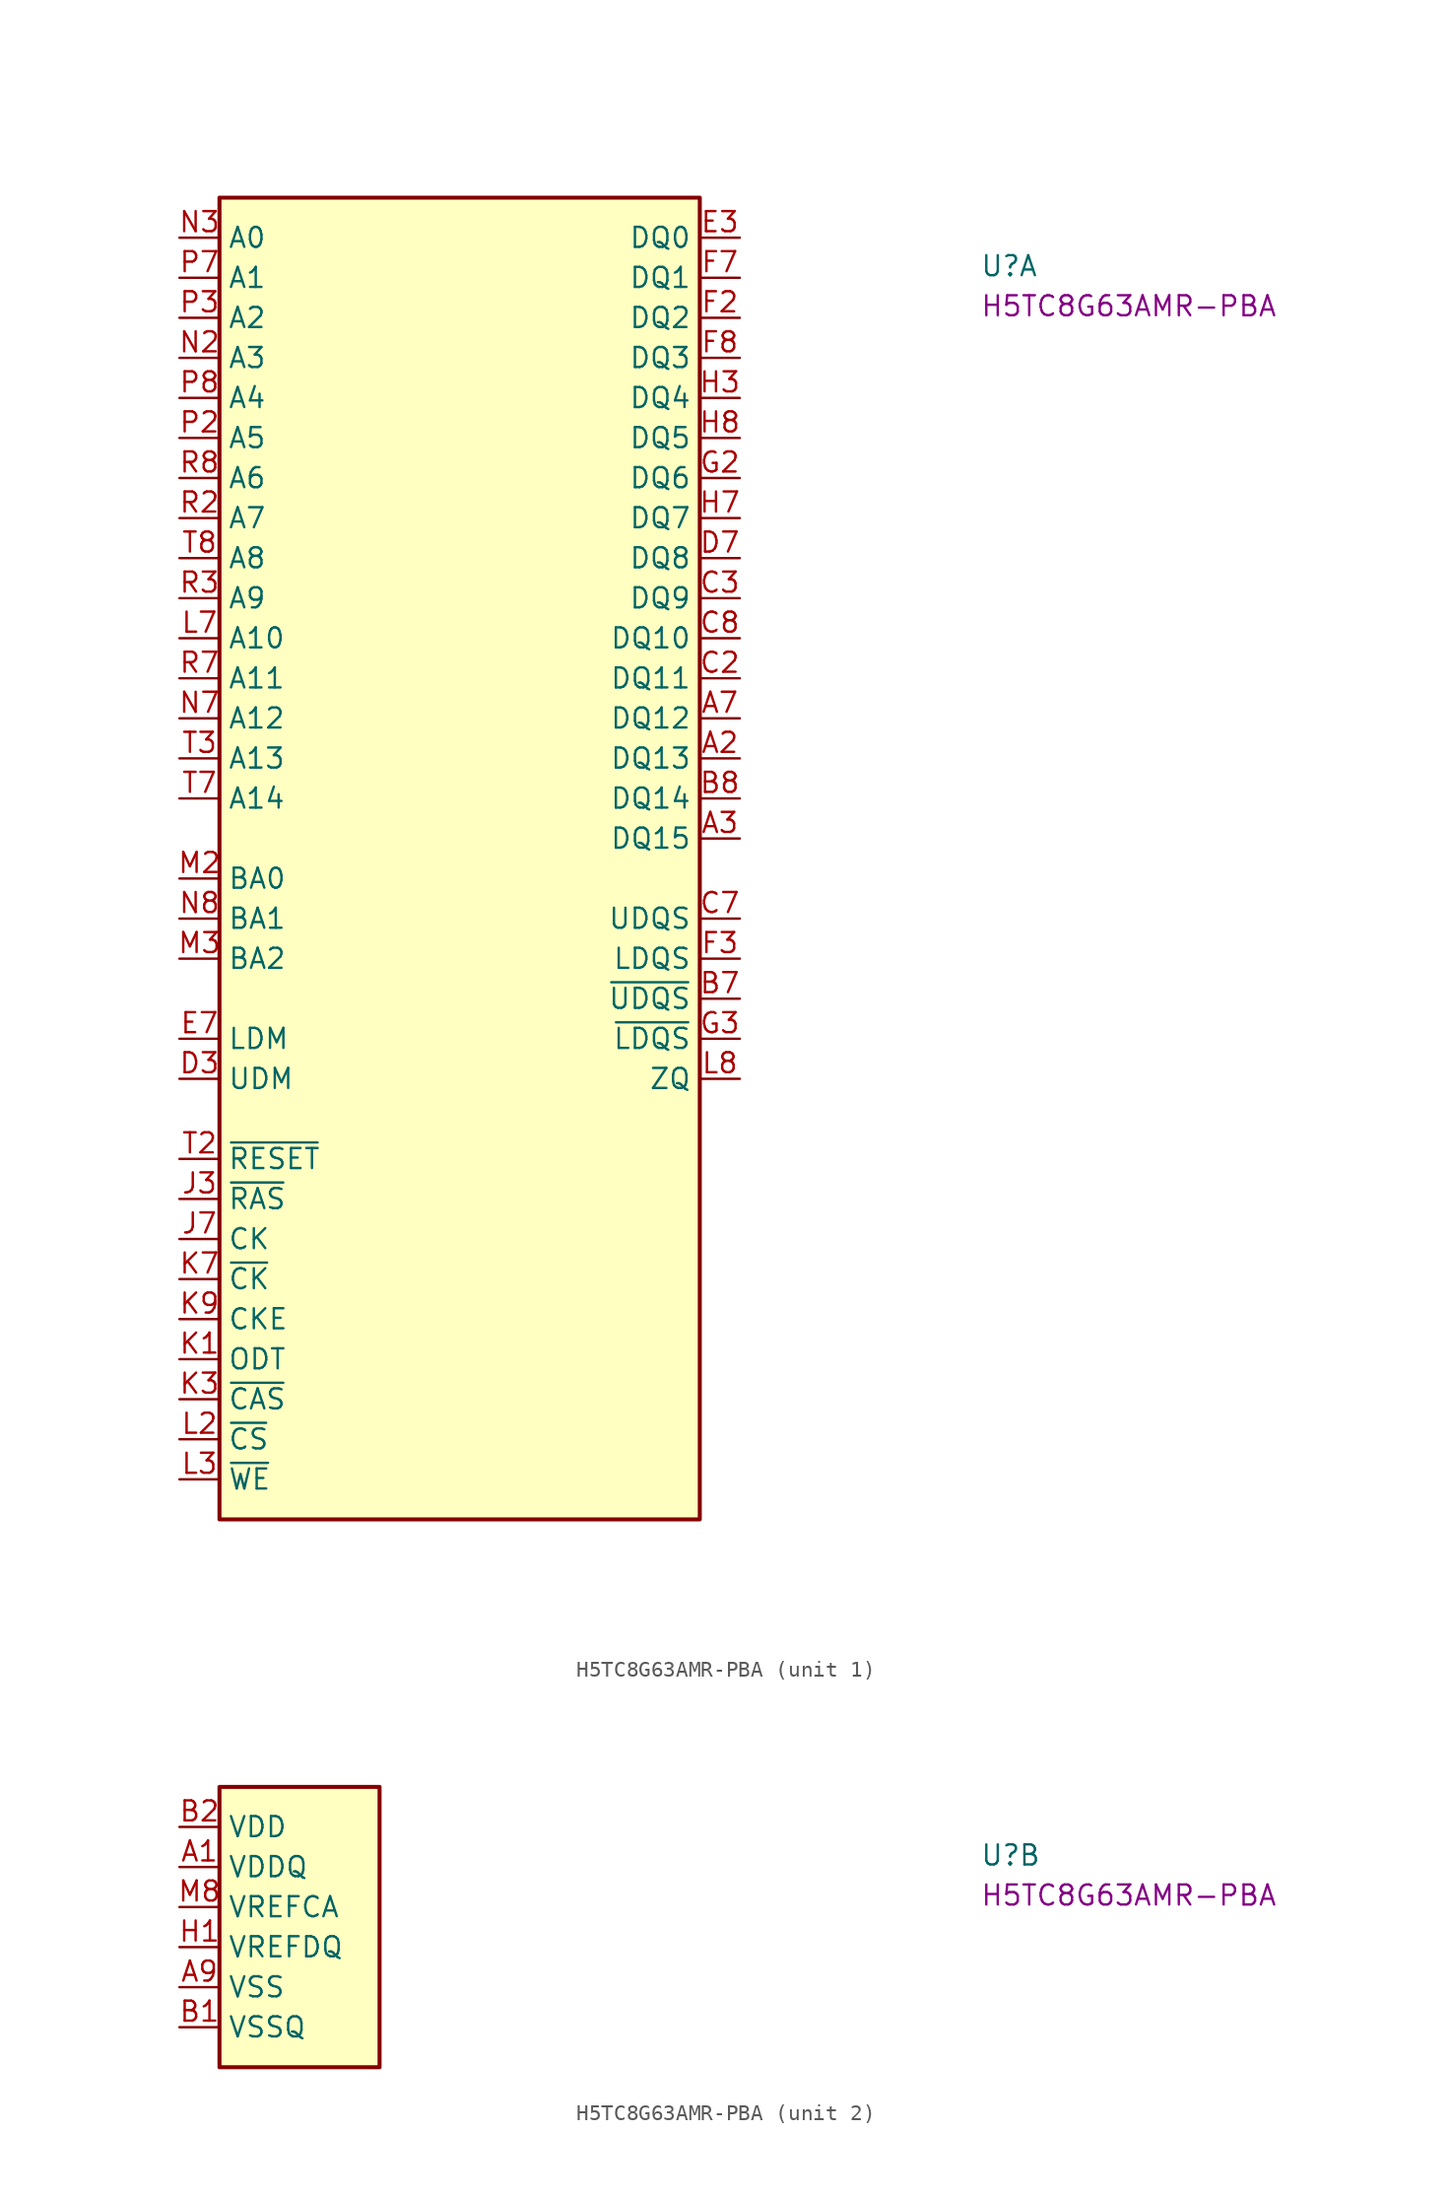
<source format=kicad_sym>
(kicad_symbol_lib
  (version 20220914)
  (generator kicad_symbol_editor)
  (symbol "H5TC8G63AMR-PBA"
    (property "Reference" "U"
      (at 50.8 -2.54 0)
      (effects (font (size 1.27 1.27) (thickness 0.15)) (justify left bottom)))
    (property "MPN" "H5TC8G63AMR-PBA"
      (at 50.8 -5.08 0)
      (effects (font (size 1.27 1.27) (thickness 0.15)) (justify left bottom)))
    (property "ki_locked" ""
      (at 0 0 0)
      (effects (font (size 1.27 1.27))))
    (symbol "H5TC8G63AMR-PBA_1_1"
      (rectangle (start 2.54 2.54) (end 33.02 -81.28) (stroke (width 0.254) (type default)) (fill (type background)))
      (pin bidirectional line (at 35.56 -33.02 180) (length 2.54) (name "DQ13" (effects (font (size 1.27 1.27)))) (number "A2" (effects (font (size 1.27 1.27)))))
      (pin bidirectional line (at 35.56 -38.1 180) (length 2.54) (name "DQ15" (effects (font (size 1.27 1.27)))) (number "A3" (effects (font (size 1.27 1.27)))))
      (pin bidirectional line (at 35.56 -30.48 180) (length 2.54) (name "DQ12" (effects (font (size 1.27 1.27)))) (number "A7" (effects (font (size 1.27 1.27)))))
      (pin bidirectional line (at 35.56 -48.26 180) (length 2.54) (name "~{UDQS}" (effects (font (size 1.27 1.27)))) (number "B7" (effects (font (size 1.27 1.27)))))
      (pin bidirectional line (at 35.56 -35.56 180) (length 2.54) (name "DQ14" (effects (font (size 1.27 1.27)))) (number "B8" (effects (font (size 1.27 1.27)))))
      (pin bidirectional line (at 35.56 -27.94 180) (length 2.54) (name "DQ11" (effects (font (size 1.27 1.27)))) (number "C2" (effects (font (size 1.27 1.27)))))
      (pin bidirectional line (at 35.56 -22.86 180) (length 2.54) (name "DQ9" (effects (font (size 1.27 1.27)))) (number "C3" (effects (font (size 1.27 1.27)))))
      (pin bidirectional line (at 35.56 -43.18 180) (length 2.54) (name "UDQS" (effects (font (size 1.27 1.27)))) (number "C7" (effects (font (size 1.27 1.27)))))
      (pin bidirectional line (at 35.56 -25.4 180) (length 2.54) (name "DQ10" (effects (font (size 1.27 1.27)))) (number "C8" (effects (font (size 1.27 1.27)))))
      (pin input line (at 0 -53.34 0) (length 2.54) (name "UDM" (effects (font (size 1.27 1.27)))) (number "D3" (effects (font (size 1.27 1.27)))))
      (pin bidirectional line (at 35.56 -20.32 180) (length 2.54) (name "DQ8" (effects (font (size 1.27 1.27)))) (number "D7" (effects (font (size 1.27 1.27)))))
      (pin bidirectional line (at 35.56 0 180) (length 2.54) (name "DQ0" (effects (font (size 1.27 1.27)))) (number "E3" (effects (font (size 1.27 1.27)))))
      (pin input line (at 0 -50.8 0) (length 2.54) (name "LDM" (effects (font (size 1.27 1.27)))) (number "E7" (effects (font (size 1.27 1.27)))))
      (pin bidirectional line (at 35.56 -5.08 180) (length 2.54) (name "DQ2" (effects (font (size 1.27 1.27)))) (number "F2" (effects (font (size 1.27 1.27)))))
      (pin bidirectional line (at 35.56 -45.72 180) (length 2.54) (name "LDQS" (effects (font (size 1.27 1.27)))) (number "F3" (effects (font (size 1.27 1.27)))))
      (pin bidirectional line (at 35.56 -2.54 180) (length 2.54) (name "DQ1" (effects (font (size 1.27 1.27)))) (number "F7" (effects (font (size 1.27 1.27)))))
      (pin bidirectional line (at 35.56 -7.62 180) (length 2.54) (name "DQ3" (effects (font (size 1.27 1.27)))) (number "F8" (effects (font (size 1.27 1.27)))))
      (pin bidirectional line (at 35.56 -15.24 180) (length 2.54) (name "DQ6" (effects (font (size 1.27 1.27)))) (number "G2" (effects (font (size 1.27 1.27)))))
      (pin bidirectional line (at 35.56 -50.8 180) (length 2.54) (name "~{LDQS}" (effects (font (size 1.27 1.27)))) (number "G3" (effects (font (size 1.27 1.27)))))
      (pin bidirectional line (at 35.56 -10.16 180) (length 2.54) (name "DQ4" (effects (font (size 1.27 1.27)))) (number "H3" (effects (font (size 1.27 1.27)))))
      (pin bidirectional line (at 35.56 -17.78 180) (length 2.54) (name "DQ7" (effects (font (size 1.27 1.27)))) (number "H7" (effects (font (size 1.27 1.27)))))
      (pin bidirectional line (at 35.56 -12.7 180) (length 2.54) (name "DQ5" (effects (font (size 1.27 1.27)))) (number "H8" (effects (font (size 1.27 1.27)))))
      (pin no_connect line (at 33.02 -55.88 180) (length 2.54) hide (name "NC" (effects (font (size 1.27 1.27)))) (number "J1" (effects (font (size 1.27 1.27)))))
      (pin input line (at 0 -60.96 0) (length 2.54) (name "~{RAS}" (effects (font (size 1.27 1.27)))) (number "J3" (effects (font (size 1.27 1.27)))))
      (pin input line (at 0 -63.5 0) (length 2.54) (name "CK" (effects (font (size 1.27 1.27)))) (number "J7" (effects (font (size 1.27 1.27)))))
      (pin no_connect line (at 33.02 -58.42 180) (length 2.54) hide (name "NC" (effects (font (size 1.27 1.27)))) (number "J9" (effects (font (size 1.27 1.27)))))
      (pin input line (at 0 -71.12 0) (length 2.54) (name "ODT" (effects (font (size 1.27 1.27)))) (number "K1" (effects (font (size 1.27 1.27)))))
      (pin input line (at 0 -73.66 0) (length 2.54) (name "~{CAS}" (effects (font (size 1.27 1.27)))) (number "K3" (effects (font (size 1.27 1.27)))))
      (pin input line (at 0 -66.04 0) (length 2.54) (name "~{CK}" (effects (font (size 1.27 1.27)))) (number "K7" (effects (font (size 1.27 1.27)))))
      (pin input line (at 0 -68.58 0) (length 2.54) (name "CKE" (effects (font (size 1.27 1.27)))) (number "K9" (effects (font (size 1.27 1.27)))))
      (pin no_connect line (at 33.02 -60.96 180) (length 2.54) hide (name "NC" (effects (font (size 1.27 1.27)))) (number "L1" (effects (font (size 1.27 1.27)))))
      (pin input line (at 0 -76.2 0) (length 2.54) (name "~{CS}" (effects (font (size 1.27 1.27)))) (number "L2" (effects (font (size 1.27 1.27)))))
      (pin input line (at 0 -78.74 0) (length 2.54) (name "~{WE}" (effects (font (size 1.27 1.27)))) (number "L3" (effects (font (size 1.27 1.27)))))
      (pin input line (at 0 -25.4 0) (length 2.54) (name "A10" (effects (font (size 1.27 1.27)))) (number "L7" (effects (font (size 1.27 1.27)))) (alternate "AP" passive line))
      (pin passive line (at 35.56 -53.34 180) (length 2.54) (name "ZQ" (effects (font (size 1.27 1.27)))) (number "L8" (effects (font (size 1.27 1.27)))))
      (pin no_connect line (at 33.02 -63.5 180) (length 2.54) hide (name "NC" (effects (font (size 1.27 1.27)))) (number "L9" (effects (font (size 1.27 1.27)))))
      (pin input line (at 0 -40.64 0) (length 2.54) (name "BA0" (effects (font (size 1.27 1.27)))) (number "M2" (effects (font (size 1.27 1.27)))))
      (pin input line (at 0 -45.72 0) (length 2.54) (name "BA2" (effects (font (size 1.27 1.27)))) (number "M3" (effects (font (size 1.27 1.27)))))
      (pin no_connect line (at 33.02 -66.04 180) (length 2.54) hide (name "NC" (effects (font (size 1.27 1.27)))) (number "M7" (effects (font (size 1.27 1.27)))))
      (pin input line (at 0 -7.62 0) (length 2.54) (name "A3" (effects (font (size 1.27 1.27)))) (number "N2" (effects (font (size 1.27 1.27)))))
      (pin input line (at 0 0 0) (length 2.54) (name "A0" (effects (font (size 1.27 1.27)))) (number "N3" (effects (font (size 1.27 1.27)))))
      (pin input line (at 0 -30.48 0) (length 2.54) (name "A12" (effects (font (size 1.27 1.27)))) (number "N7" (effects (font (size 1.27 1.27)))) (alternate "~{BC}" passive line))
      (pin input line (at 0 -43.18 0) (length 2.54) (name "BA1" (effects (font (size 1.27 1.27)))) (number "N8" (effects (font (size 1.27 1.27)))))
      (pin input line (at 0 -12.7 0) (length 2.54) (name "A5" (effects (font (size 1.27 1.27)))) (number "P2" (effects (font (size 1.27 1.27)))))
      (pin input line (at 0 -5.08 0) (length 2.54) (name "A2" (effects (font (size 1.27 1.27)))) (number "P3" (effects (font (size 1.27 1.27)))))
      (pin input line (at 0 -2.54 0) (length 2.54) (name "A1" (effects (font (size 1.27 1.27)))) (number "P7" (effects (font (size 1.27 1.27)))))
      (pin input line (at 0 -10.16 0) (length 2.54) (name "A4" (effects (font (size 1.27 1.27)))) (number "P8" (effects (font (size 1.27 1.27)))))
      (pin input line (at 0 -17.78 0) (length 2.54) (name "A7" (effects (font (size 1.27 1.27)))) (number "R2" (effects (font (size 1.27 1.27)))))
      (pin input line (at 0 -22.86 0) (length 2.54) (name "A9" (effects (font (size 1.27 1.27)))) (number "R3" (effects (font (size 1.27 1.27)))))
      (pin input line (at 0 -27.94 0) (length 2.54) (name "A11" (effects (font (size 1.27 1.27)))) (number "R7" (effects (font (size 1.27 1.27)))))
      (pin input line (at 0 -15.24 0) (length 2.54) (name "A6" (effects (font (size 1.27 1.27)))) (number "R8" (effects (font (size 1.27 1.27)))))
      (pin input line (at 0 -58.42 0) (length 2.54) (name "~{RESET}" (effects (font (size 1.27 1.27)))) (number "T2" (effects (font (size 1.27 1.27)))))
      (pin input line (at 0 -33.02 0) (length 2.54) (name "A13" (effects (font (size 1.27 1.27)))) (number "T3" (effects (font (size 1.27 1.27)))))
      (pin input line (at 0 -35.56 0) (length 2.54) (name "A14" (effects (font (size 1.27 1.27)))) (number "T7" (effects (font (size 1.27 1.27)))))
      (pin input line (at 0 -20.32 0) (length 2.54) (name "A8" (effects (font (size 1.27 1.27)))) (number "T8" (effects (font (size 1.27 1.27))))))
    (symbol "H5TC8G63AMR-PBA_2_1"
      (rectangle (start 2.54 2.54) (end 12.7 -15.24) (stroke (width 0.254) (type default)) (fill (type background)))
      (pin power_in line (at 0 -2.54 0) (length 2.54) (name "VDDQ" (effects (font (size 1.27 1.27)))) (number "A1" (effects (font (size 1.27 1.27)))))
      (pin passive line (at 0 -2.54 0) (length 2.54) hide (name "VDDQ" (effects (font (size 1.27 1.27)))) (number "A8" (effects (font (size 1.27 1.27)))))
      (pin power_in line (at 0 -10.16 0) (length 2.54) (name "VSS" (effects (font (size 1.27 1.27)))) (number "A9" (effects (font (size 1.27 1.27)))))
      (pin power_in line (at 0 -12.7 0) (length 2.54) (name "VSSQ" (effects (font (size 1.27 1.27)))) (number "B1" (effects (font (size 1.27 1.27)))))
      (pin power_in line (at 0 0 0) (length 2.54) (name "VDD" (effects (font (size 1.27 1.27)))) (number "B2" (effects (font (size 1.27 1.27)))))
      (pin passive line (at 0 -10.16 0) (length 2.54) hide (name "VSS" (effects (font (size 1.27 1.27)))) (number "B3" (effects (font (size 1.27 1.27)))))
      (pin passive line (at 0 -12.7 0) (length 2.54) hide (name "VSSQ" (effects (font (size 1.27 1.27)))) (number "B9" (effects (font (size 1.27 1.27)))))
      (pin passive line (at 0 -2.54 0) (length 2.54) hide (name "VDDQ" (effects (font (size 1.27 1.27)))) (number "C1" (effects (font (size 1.27 1.27)))))
      (pin passive line (at 0 -2.54 0) (length 2.54) hide (name "VDDQ" (effects (font (size 1.27 1.27)))) (number "C9" (effects (font (size 1.27 1.27)))))
      (pin passive line (at 0 -12.7 0) (length 2.54) hide (name "VSSQ" (effects (font (size 1.27 1.27)))) (number "D1" (effects (font (size 1.27 1.27)))))
      (pin passive line (at 0 -2.54 0) (length 2.54) hide (name "VDDQ" (effects (font (size 1.27 1.27)))) (number "D2" (effects (font (size 1.27 1.27)))))
      (pin passive line (at 0 -12.7 0) (length 2.54) hide (name "VSSQ" (effects (font (size 1.27 1.27)))) (number "D8" (effects (font (size 1.27 1.27)))))
      (pin passive line (at 0 0 0) (length 2.54) hide (name "VDD" (effects (font (size 1.27 1.27)))) (number "D9" (effects (font (size 1.27 1.27)))))
      (pin passive line (at 0 -10.16 0) (length 2.54) hide (name "VSS" (effects (font (size 1.27 1.27)))) (number "E1" (effects (font (size 1.27 1.27)))))
      (pin passive line (at 0 -12.7 0) (length 2.54) hide (name "VSSQ" (effects (font (size 1.27 1.27)))) (number "E2" (effects (font (size 1.27 1.27)))))
      (pin passive line (at 0 -12.7 0) (length 2.54) hide (name "VSSQ" (effects (font (size 1.27 1.27)))) (number "E8" (effects (font (size 1.27 1.27)))))
      (pin passive line (at 0 0 0) (length 2.54) hide (name "VDD" (effects (font (size 1.27 1.27)))) (number "E9" (effects (font (size 1.27 1.27)))))
      (pin passive line (at 0 -2.54 0) (length 2.54) hide (name "VDDQ" (effects (font (size 1.27 1.27)))) (number "F1" (effects (font (size 1.27 1.27)))))
      (pin passive line (at 0 -12.7 0) (length 2.54) hide (name "VSSQ" (effects (font (size 1.27 1.27)))) (number "F9" (effects (font (size 1.27 1.27)))))
      (pin passive line (at 0 -12.7 0) (length 2.54) hide (name "VSSQ" (effects (font (size 1.27 1.27)))) (number "G1" (effects (font (size 1.27 1.27)))))
      (pin passive line (at 0 0 0) (length 2.54) hide (name "VDD" (effects (font (size 1.27 1.27)))) (number "G7" (effects (font (size 1.27 1.27)))))
      (pin passive line (at 0 -10.16 0) (length 2.54) hide (name "VSS" (effects (font (size 1.27 1.27)))) (number "G8" (effects (font (size 1.27 1.27)))))
      (pin passive line (at 0 -12.7 0) (length 2.54) hide (name "VSSQ" (effects (font (size 1.27 1.27)))) (number "G9" (effects (font (size 1.27 1.27)))))
      (pin power_in line (at 0 -7.62 0) (length 2.54) (name "VREFDQ" (effects (font (size 1.27 1.27)))) (number "H1" (effects (font (size 1.27 1.27)))))
      (pin passive line (at 0 -2.54 0) (length 2.54) hide (name "VDDQ" (effects (font (size 1.27 1.27)))) (number "H2" (effects (font (size 1.27 1.27)))))
      (pin passive line (at 0 -2.54 0) (length 2.54) hide (name "VDDQ" (effects (font (size 1.27 1.27)))) (number "H9" (effects (font (size 1.27 1.27)))))
      (pin passive line (at 0 -10.16 0) (length 2.54) hide (name "VSS" (effects (font (size 1.27 1.27)))) (number "J2" (effects (font (size 1.27 1.27)))))
      (pin passive line (at 0 -10.16 0) (length 2.54) hide (name "VSS" (effects (font (size 1.27 1.27)))) (number "J8" (effects (font (size 1.27 1.27)))))
      (pin passive line (at 0 0 0) (length 2.54) hide (name "VDD" (effects (font (size 1.27 1.27)))) (number "K2" (effects (font (size 1.27 1.27)))))
      (pin passive line (at 0 0 0) (length 2.54) hide (name "VDD" (effects (font (size 1.27 1.27)))) (number "K8" (effects (font (size 1.27 1.27)))))
      (pin passive line (at 0 -10.16 0) (length 2.54) hide (name "VSS" (effects (font (size 1.27 1.27)))) (number "M1" (effects (font (size 1.27 1.27)))))
      (pin power_in line (at 0 -5.08 0) (length 2.54) (name "VREFCA" (effects (font (size 1.27 1.27)))) (number "M8" (effects (font (size 1.27 1.27)))))
      (pin passive line (at 0 -10.16 0) (length 2.54) hide (name "VSS" (effects (font (size 1.27 1.27)))) (number "M9" (effects (font (size 1.27 1.27)))))
      (pin passive line (at 0 0 0) (length 2.54) hide (name "VDD" (effects (font (size 1.27 1.27)))) (number "N1" (effects (font (size 1.27 1.27)))))
      (pin passive line (at 0 0 0) (length 2.54) hide (name "VDD" (effects (font (size 1.27 1.27)))) (number "N9" (effects (font (size 1.27 1.27)))))
      (pin passive line (at 0 -10.16 0) (length 2.54) hide (name "VSS" (effects (font (size 1.27 1.27)))) (number "P1" (effects (font (size 1.27 1.27)))))
      (pin passive line (at 0 -10.16 0) (length 2.54) hide (name "VSS" (effects (font (size 1.27 1.27)))) (number "P9" (effects (font (size 1.27 1.27)))))
      (pin passive line (at 0 0 0) (length 2.54) hide (name "VDD" (effects (font (size 1.27 1.27)))) (number "R1" (effects (font (size 1.27 1.27)))))
      (pin passive line (at 0 0 0) (length 2.54) hide (name "VDD" (effects (font (size 1.27 1.27)))) (number "R9" (effects (font (size 1.27 1.27)))))
      (pin passive line (at 0 -10.16 0) (length 2.54) hide (name "VSS" (effects (font (size 1.27 1.27)))) (number "T1" (effects (font (size 1.27 1.27)))))
      (pin passive line (at 0 -10.16 0) (length 2.54) hide (name "VSS" (effects (font (size 1.27 1.27)))) (number "T9" (effects (font (size 1.27 1.27))))))))
</source>
